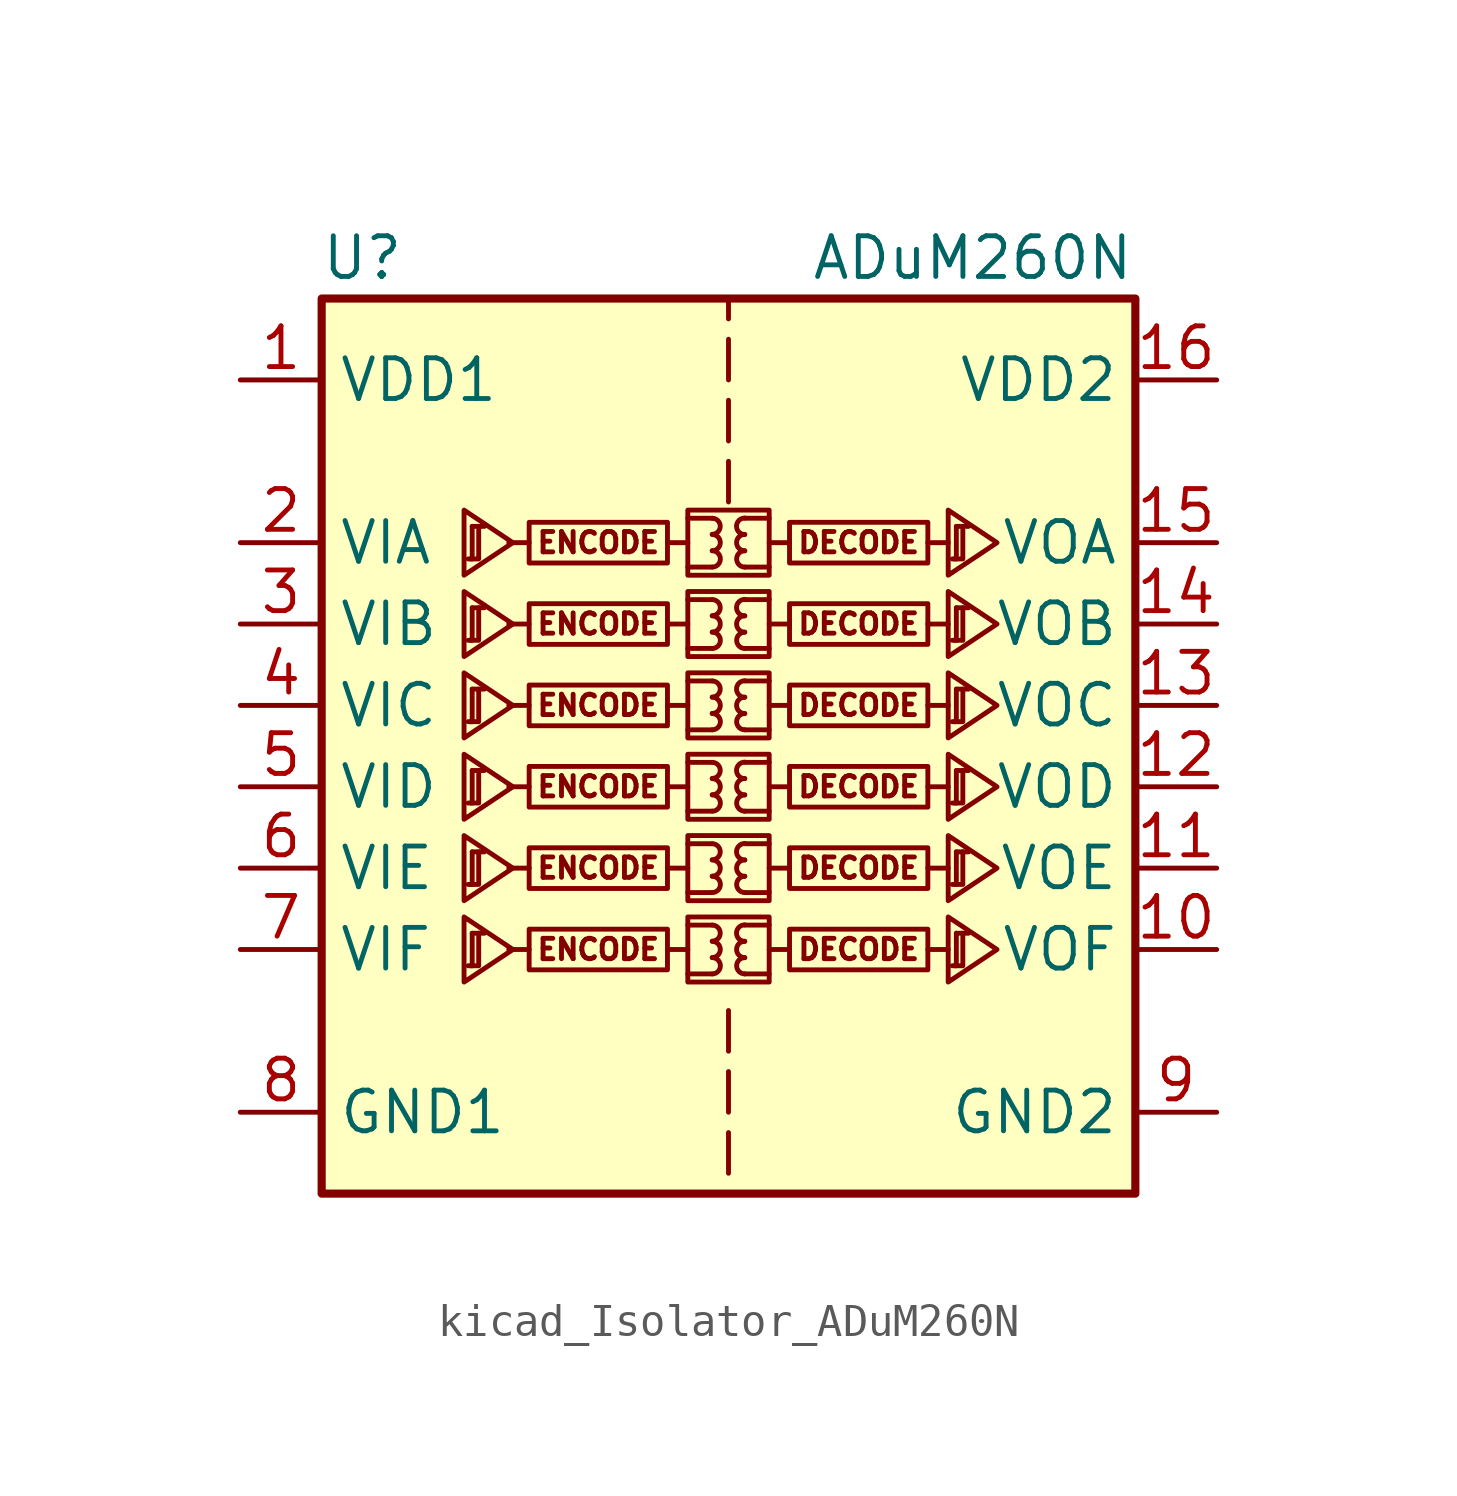
<source format=kicad_sym>
(kicad_symbol_lib
  (version 20220914)
  (generator kicad_symbol_editor)
  (symbol "kicad_Isolator_ADuM260N"
    (property "Reference" "U"
      (at -11.43 16.51 0)
      (effects (font (size 1.27 1.27))))
    (property "Value" "ADuM260N"
      (at 7.62 16.51 0)
      (effects (font (size 1.27 1.27))))
    (symbol "kicad_Isolator_ADuM260N_0_1"
      (polyline (pts (xy -8.001 8.128) (xy -7.62 8.128)) (stroke (width 0) (type default)) (fill (type none)))
      (polyline (pts (xy -8.052 7.112) (xy -7.798 7.112) (xy -7.798 8.128)) (stroke (width 0) (type default)) (fill (type none)))
      (polyline (pts (xy -8.001 8.128) (xy -8.001 7.112) (xy -8.128 7.112)) (stroke (width 0) (type default)) (fill (type none)))
      (polyline (pts (xy -6.731 7.62) (xy -8.255 8.636) (xy -8.255 6.604) (xy -6.731 7.62)) (stroke (width 0) (type default)) (fill (type none))))
    (symbol "kicad_Isolator_ADuM260N_1_0"
      (rectangle (start -1.27 -4.064) (end 1.27 -6.096) (stroke (width 0) (type default)) (fill (type none)))
      (rectangle (start -1.27 -1.524) (end 1.27 -3.556) (stroke (width 0) (type default)) (fill (type none)))
      (rectangle (start -1.27 1.016) (end 1.27 -1.016) (stroke (width 0) (type default)) (fill (type none)))
      (rectangle (start -1.27 3.556) (end 1.27 1.524) (stroke (width 0) (type default)) (fill (type none)))
      (rectangle (start -1.27 6.096) (end 1.27 4.064) (stroke (width 0) (type default)) (fill (type none)))
      (rectangle (start -1.27 8.636) (end 1.27 6.604) (stroke (width 0) (type default)) (fill (type none)))
      (arc (start -0.508 -5.842) (mid -0.2551 -5.588) (end -0.508 -5.334) (stroke (width 0) (type default)) (fill (type none)))
      (arc (start -0.508 -5.334) (mid -0.2551 -5.08) (end -0.508 -4.826) (stroke (width 0) (type default)) (fill (type none)))
      (arc (start -0.508 -4.826) (mid -0.2551 -4.572) (end -0.508 -4.318) (stroke (width 0) (type default)) (fill (type none)))
      (arc (start -0.508 -3.302) (mid -0.2551 -3.048) (end -0.508 -2.794) (stroke (width 0) (type default)) (fill (type none)))
      (arc (start -0.508 -2.794) (mid -0.2551 -2.54) (end -0.508 -2.286) (stroke (width 0) (type default)) (fill (type none)))
      (arc (start -0.508 -2.286) (mid -0.2551 -2.032) (end -0.508 -1.778) (stroke (width 0) (type default)) (fill (type none)))
      (arc (start -0.508 -0.762) (mid -0.2551 -0.508) (end -0.508 -0.254) (stroke (width 0) (type default)) (fill (type none)))
      (arc (start -0.508 -0.254) (mid -0.2551 0) (end -0.508 0.254) (stroke (width 0) (type default)) (fill (type none)))
      (arc (start -0.508 0.254) (mid -0.2551 0.508) (end -0.508 0.762) (stroke (width 0) (type default)) (fill (type none)))
      (arc (start -0.508 1.778) (mid -0.2551 2.032) (end -0.508 2.286) (stroke (width 0) (type default)) (fill (type none)))
      (arc (start -0.508 2.286) (mid -0.2551 2.54) (end -0.508 2.794) (stroke (width 0) (type default)) (fill (type none)))
      (arc (start -0.508 2.794) (mid -0.2551 3.048) (end -0.508 3.302) (stroke (width 0) (type default)) (fill (type none)))
      (arc (start -0.508 4.318) (mid -0.2551 4.572) (end -0.508 4.826) (stroke (width 0) (type default)) (fill (type none)))
      (arc (start -0.508 4.826) (mid -0.2551 5.08) (end -0.508 5.334) (stroke (width 0) (type default)) (fill (type none)))
      (arc (start -0.508 5.334) (mid -0.2551 5.588) (end -0.508 5.842) (stroke (width 0) (type default)) (fill (type none)))
      (arc (start -0.508 6.858) (mid -0.2551 7.112) (end -0.508 7.366) (stroke (width 0) (type default)) (fill (type none)))
      (arc (start -0.508 7.366) (mid -0.2551 7.62) (end -0.508 7.874) (stroke (width 0) (type default)) (fill (type none)))
      (arc (start -0.508 7.874) (mid -0.2551 8.128) (end -0.508 8.382) (stroke (width 0) (type default)) (fill (type none)))
      (polyline (pts (xy -6.223 -5.08) (xy -6.858 -5.08)) (stroke (width 0) (type default)) (fill (type none)))
      (polyline (pts (xy -6.223 -2.54) (xy -6.858 -2.54)) (stroke (width 0) (type default)) (fill (type none)))
      (polyline (pts (xy -6.223 0) (xy -6.858 0)) (stroke (width 0) (type default)) (fill (type none)))
      (polyline (pts (xy -6.223 2.54) (xy -6.858 2.54)) (stroke (width 0) (type default)) (fill (type none)))
      (polyline (pts (xy -6.223 5.08) (xy -6.858 5.08)) (stroke (width 0) (type default)) (fill (type none)))
      (polyline (pts (xy -6.223 7.62) (xy -6.858 7.62)) (stroke (width 0) (type default)) (fill (type none)))
      (polyline (pts (xy -1.905 -5.08) (xy -1.27 -5.08)) (stroke (width 0) (type default)) (fill (type none)))
      (polyline (pts (xy -1.905 -2.54) (xy -1.27 -2.54)) (stroke (width 0) (type default)) (fill (type none)))
      (polyline (pts (xy -1.905 0) (xy -1.27 0)) (stroke (width 0) (type default)) (fill (type none)))
      (polyline (pts (xy -1.905 2.54) (xy -1.27 2.54)) (stroke (width 0) (type default)) (fill (type none)))
      (polyline (pts (xy -1.905 5.08) (xy -1.27 5.08)) (stroke (width 0) (type default)) (fill (type none)))
      (polyline (pts (xy -1.905 7.62) (xy -1.27 7.62)) (stroke (width 0) (type default)) (fill (type none)))
      (polyline (pts (xy -1.27 -5.842) (xy -0.508 -5.842)) (stroke (width 0) (type default)) (fill (type none)))
      (polyline (pts (xy -1.27 -4.318) (xy -0.508 -4.318)) (stroke (width 0) (type default)) (fill (type none)))
      (polyline (pts (xy -1.27 -3.302) (xy -0.508 -3.302)) (stroke (width 0) (type default)) (fill (type none)))
      (polyline (pts (xy -1.27 -1.778) (xy -0.508 -1.778)) (stroke (width 0) (type default)) (fill (type none)))
      (polyline (pts (xy -1.27 -0.762) (xy -0.508 -0.762)) (stroke (width 0) (type default)) (fill (type none)))
      (polyline (pts (xy -1.27 0.762) (xy -0.508 0.762)) (stroke (width 0) (type default)) (fill (type none)))
      (polyline (pts (xy -1.27 1.778) (xy -0.508 1.778)) (stroke (width 0) (type default)) (fill (type none)))
      (polyline (pts (xy -1.27 3.302) (xy -0.508 3.302)) (stroke (width 0) (type default)) (fill (type none)))
      (polyline (pts (xy -1.27 4.318) (xy -0.508 4.318)) (stroke (width 0) (type default)) (fill (type none)))
      (polyline (pts (xy -1.27 5.842) (xy -0.508 5.842)) (stroke (width 0) (type default)) (fill (type none)))
      (polyline (pts (xy -1.27 6.858) (xy -0.508 6.858)) (stroke (width 0) (type default)) (fill (type none)))
      (polyline (pts (xy -1.27 8.382) (xy -0.508 8.382)) (stroke (width 0) (type default)) (fill (type none)))
      (polyline (pts (xy 0 -10.795) (xy 0 -12.065)) (stroke (width 0) (type default)) (fill (type none)))
      (polyline (pts (xy 0 -8.89) (xy 0 -10.16)) (stroke (width 0) (type default)) (fill (type none)))
      (polyline (pts (xy 0 -6.985) (xy 0 -8.255)) (stroke (width 0) (type default)) (fill (type none)))
      (polyline (pts (xy 0 8.89) (xy 0 10.16)) (stroke (width 0) (type default)) (fill (type none)))
      (polyline (pts (xy 0 12.065) (xy 0 10.795)) (stroke (width 0) (type default)) (fill (type none)))
      (polyline (pts (xy 0 13.97) (xy 0 12.7)) (stroke (width 0) (type default)) (fill (type none)))
      (polyline (pts (xy 0 14.605) (xy 0 15.24)) (stroke (width 0) (type default)) (fill (type none)))
      (polyline (pts (xy 1.27 -5.842) (xy 0.508 -5.842)) (stroke (width 0) (type default)) (fill (type none)))
      (polyline (pts (xy 1.27 -4.318) (xy 0.508 -4.318)) (stroke (width 0) (type default)) (fill (type none)))
      (polyline (pts (xy 1.27 -3.302) (xy 0.508 -3.302)) (stroke (width 0) (type default)) (fill (type none)))
      (polyline (pts (xy 1.27 -1.778) (xy 0.508 -1.778)) (stroke (width 0) (type default)) (fill (type none)))
      (polyline (pts (xy 1.27 -0.762) (xy 0.508 -0.762)) (stroke (width 0) (type default)) (fill (type none)))
      (polyline (pts (xy 1.27 0.762) (xy 0.508 0.762)) (stroke (width 0) (type default)) (fill (type none)))
      (polyline (pts (xy 1.27 1.778) (xy 0.508 1.778)) (stroke (width 0) (type default)) (fill (type none)))
      (polyline (pts (xy 1.27 3.302) (xy 0.508 3.302)) (stroke (width 0) (type default)) (fill (type none)))
      (polyline (pts (xy 1.27 4.318) (xy 0.508 4.318)) (stroke (width 0) (type default)) (fill (type none)))
      (polyline (pts (xy 1.27 5.842) (xy 0.508 5.842)) (stroke (width 0) (type default)) (fill (type none)))
      (polyline (pts (xy 1.27 6.858) (xy 0.508 6.858)) (stroke (width 0) (type default)) (fill (type none)))
      (polyline (pts (xy 1.27 8.382) (xy 0.508 8.382)) (stroke (width 0) (type default)) (fill (type none)))
      (polyline (pts (xy 1.905 -5.08) (xy 1.27 -5.08)) (stroke (width 0) (type default)) (fill (type none)))
      (polyline (pts (xy 1.905 -2.54) (xy 1.27 -2.54)) (stroke (width 0) (type default)) (fill (type none)))
      (polyline (pts (xy 1.905 0) (xy 1.27 0)) (stroke (width 0) (type default)) (fill (type none)))
      (polyline (pts (xy 1.905 2.54) (xy 1.27 2.54)) (stroke (width 0) (type default)) (fill (type none)))
      (polyline (pts (xy 1.905 5.08) (xy 1.27 5.08)) (stroke (width 0) (type default)) (fill (type none)))
      (polyline (pts (xy 1.905 7.62) (xy 1.27 7.62)) (stroke (width 0) (type default)) (fill (type none)))
      (polyline (pts (xy 6.223 -5.08) (xy 6.858 -5.08)) (stroke (width 0) (type default)) (fill (type none)))
      (polyline (pts (xy 6.223 -2.54) (xy 6.858 -2.54)) (stroke (width 0) (type default)) (fill (type none)))
      (polyline (pts (xy 6.223 0) (xy 6.858 0)) (stroke (width 0) (type default)) (fill (type none)))
      (polyline (pts (xy 6.223 2.54) (xy 6.858 2.54)) (stroke (width 0) (type default)) (fill (type none)))
      (polyline (pts (xy 6.223 5.08) (xy 6.858 5.08)) (stroke (width 0) (type default)) (fill (type none)))
      (polyline (pts (xy 6.223 7.62) (xy 6.858 7.62)) (stroke (width 0) (type default)) (fill (type none)))
      (arc (start 0.508 -5.334) (mid 0.2551 -5.588) (end 0.508 -5.842) (stroke (width 0) (type default)) (fill (type none)))
      (arc (start 0.508 -4.826) (mid 0.2551 -5.08) (end 0.508 -5.334) (stroke (width 0) (type default)) (fill (type none)))
      (arc (start 0.508 -4.318) (mid 0.2551 -4.572) (end 0.508 -4.826) (stroke (width 0) (type default)) (fill (type none)))
      (arc (start 0.508 -2.794) (mid 0.2551 -3.048) (end 0.508 -3.302) (stroke (width 0) (type default)) (fill (type none)))
      (arc (start 0.508 -2.286) (mid 0.2551 -2.54) (end 0.508 -2.794) (stroke (width 0) (type default)) (fill (type none)))
      (arc (start 0.508 -1.778) (mid 0.2551 -2.032) (end 0.508 -2.286) (stroke (width 0) (type default)) (fill (type none)))
      (arc (start 0.508 -0.254) (mid 0.2551 -0.508) (end 0.508 -0.762) (stroke (width 0) (type default)) (fill (type none)))
      (arc (start 0.508 0.254) (mid 0.2551 0) (end 0.508 -0.254) (stroke (width 0) (type default)) (fill (type none)))
      (arc (start 0.508 0.762) (mid 0.2551 0.508) (end 0.508 0.254) (stroke (width 0) (type default)) (fill (type none)))
      (arc (start 0.508 2.286) (mid 0.2551 2.032) (end 0.508 1.778) (stroke (width 0) (type default)) (fill (type none)))
      (arc (start 0.508 2.794) (mid 0.2551 2.54) (end 0.508 2.286) (stroke (width 0) (type default)) (fill (type none)))
      (arc (start 0.508 3.302) (mid 0.2551 3.048) (end 0.508 2.794) (stroke (width 0) (type default)) (fill (type none)))
      (arc (start 0.508 4.826) (mid 0.2551 4.572) (end 0.508 4.318) (stroke (width 0) (type default)) (fill (type none)))
      (arc (start 0.508 5.334) (mid 0.2551 5.08) (end 0.508 4.826) (stroke (width 0) (type default)) (fill (type none)))
      (arc (start 0.508 5.842) (mid 0.2551 5.588) (end 0.508 5.334) (stroke (width 0) (type default)) (fill (type none)))
      (arc (start 0.508 7.366) (mid 0.2551 7.112) (end 0.508 6.858) (stroke (width 0) (type default)) (fill (type none)))
      (arc (start 0.508 7.874) (mid 0.2551 7.62) (end 0.508 7.366) (stroke (width 0) (type default)) (fill (type none)))
      (arc (start 0.508 8.382) (mid 0.2551 8.128) (end 0.508 7.874) (stroke (width 0) (type default)) (fill (type none)))
      (rectangle (start 1.905 -4.445) (end 6.223 -5.715) (stroke (width 0) (type default)) (fill (type none)))
      (rectangle (start 1.905 -1.905) (end 6.223 -3.175) (stroke (width 0) (type default)) (fill (type none)))
      (rectangle (start 1.905 0.635) (end 6.223 -0.635) (stroke (width 0) (type default)) (fill (type none)))
      (rectangle (start 1.905 3.175) (end 6.223 1.905) (stroke (width 0) (type default)) (fill (type none)))
      (rectangle (start 1.905 5.715) (end 6.223 4.445) (stroke (width 0) (type default)) (fill (type none)))
      (rectangle (start 1.905 8.255) (end 6.223 6.985) (stroke (width 0) (type default)) (fill (type none)))
      (text "DECODE" (at 4.064 -5.08 0) (effects (font (size 0.635 0.635))))
      (text "DECODE" (at 4.064 -2.54 0) (effects (font (size 0.635 0.635))))
      (text "DECODE" (at 4.064 0 0) (effects (font (size 0.635 0.635))))
      (text "DECODE" (at 4.064 2.54 0) (effects (font (size 0.635 0.635))))
      (text "DECODE" (at 4.064 5.08 0) (effects (font (size 0.635 0.635))))
      (text "DECODE" (at 4.064 7.62 0) (effects (font (size 0.635 0.635))))
      (text "ENCODE" (at -4.064 -5.08 0) (effects (font (size 0.635 0.635))))
      (text "ENCODE" (at -4.064 -2.54 0) (effects (font (size 0.635 0.635))))
      (text "ENCODE" (at -4.064 0 0) (effects (font (size 0.635 0.635))))
      (text "ENCODE" (at -4.064 2.54 0) (effects (font (size 0.635 0.635))))
      (text "ENCODE" (at -4.064 5.08 0) (effects (font (size 0.635 0.635))))
      (text "ENCODE" (at -4.064 7.62 0) (effects (font (size 0.635 0.635)))))
    (symbol "kicad_Isolator_ADuM260N_1_1"
      (rectangle (start -12.7 15.24) (end 12.7 -12.7) (stroke (width 0.254) (type default)) (fill (type background)))
      (rectangle (start -1.905 -4.445) (end -6.223 -5.715) (stroke (width 0) (type default)) (fill (type none)))
      (rectangle (start -1.905 -1.905) (end -6.223 -3.175) (stroke (width 0) (type default)) (fill (type none)))
      (rectangle (start -1.905 0.635) (end -6.223 -0.635) (stroke (width 0) (type default)) (fill (type none)))
      (rectangle (start -1.905 3.175) (end -6.223 1.905) (stroke (width 0) (type default)) (fill (type none)))
      (rectangle (start -1.905 5.715) (end -6.223 4.445) (stroke (width 0) (type default)) (fill (type none)))
      (rectangle (start -1.905 8.255) (end -6.223 6.985) (stroke (width 0) (type default)) (fill (type none)))
      (polyline (pts (xy -8.001 -4.572) (xy -7.62 -4.572)) (stroke (width 0) (type default)) (fill (type none)))
      (polyline (pts (xy -8.001 -2.032) (xy -7.62 -2.032)) (stroke (width 0) (type default)) (fill (type none)))
      (polyline (pts (xy -8.001 0.508) (xy -7.62 0.508)) (stroke (width 0) (type default)) (fill (type none)))
      (polyline (pts (xy -8.001 3.048) (xy -7.62 3.048)) (stroke (width 0) (type default)) (fill (type none)))
      (polyline (pts (xy -8.001 5.588) (xy -7.62 5.588)) (stroke (width 0) (type default)) (fill (type none)))
      (polyline (pts (xy 7.112 -4.572) (xy 7.493 -4.572)) (stroke (width 0) (type default)) (fill (type none)))
      (polyline (pts (xy 7.112 -2.032) (xy 7.493 -2.032)) (stroke (width 0) (type default)) (fill (type none)))
      (polyline (pts (xy 7.112 0.508) (xy 7.493 0.508)) (stroke (width 0) (type default)) (fill (type none)))
      (polyline (pts (xy 7.112 3.048) (xy 7.493 3.048)) (stroke (width 0) (type default)) (fill (type none)))
      (polyline (pts (xy 7.112 5.588) (xy 7.493 5.588)) (stroke (width 0) (type default)) (fill (type none)))
      (polyline (pts (xy 7.112 8.128) (xy 7.493 8.128)) (stroke (width 0) (type default)) (fill (type none)))
      (polyline (pts (xy -8.052 -5.588) (xy -7.798 -5.588) (xy -7.798 -4.572)) (stroke (width 0) (type default)) (fill (type none)))
      (polyline (pts (xy -8.052 -3.048) (xy -7.798 -3.048) (xy -7.798 -2.032)) (stroke (width 0) (type default)) (fill (type none)))
      (polyline (pts (xy -8.052 -0.508) (xy -7.798 -0.508) (xy -7.798 0.508)) (stroke (width 0) (type default)) (fill (type none)))
      (polyline (pts (xy -8.052 2.032) (xy -7.798 2.032) (xy -7.798 3.048)) (stroke (width 0) (type default)) (fill (type none)))
      (polyline (pts (xy -8.052 4.572) (xy -7.798 4.572) (xy -7.798 5.588)) (stroke (width 0) (type default)) (fill (type none)))
      (polyline (pts (xy -8.001 -4.572) (xy -8.001 -5.588) (xy -8.128 -5.588)) (stroke (width 0) (type default)) (fill (type none)))
      (polyline (pts (xy -8.001 -2.032) (xy -8.001 -3.048) (xy -8.128 -3.048)) (stroke (width 0) (type default)) (fill (type none)))
      (polyline (pts (xy -8.001 0.508) (xy -8.001 -0.508) (xy -8.128 -0.508)) (stroke (width 0) (type default)) (fill (type none)))
      (polyline (pts (xy -8.001 3.048) (xy -8.001 2.032) (xy -8.128 2.032)) (stroke (width 0) (type default)) (fill (type none)))
      (polyline (pts (xy -8.001 5.588) (xy -8.001 4.572) (xy -8.128 4.572)) (stroke (width 0) (type default)) (fill (type none)))
      (polyline (pts (xy 7.061 -5.588) (xy 7.315 -5.588) (xy 7.315 -4.572)) (stroke (width 0) (type default)) (fill (type none)))
      (polyline (pts (xy 7.061 -3.048) (xy 7.315 -3.048) (xy 7.315 -2.032)) (stroke (width 0) (type default)) (fill (type none)))
      (polyline (pts (xy 7.061 -0.508) (xy 7.315 -0.508) (xy 7.315 0.508)) (stroke (width 0) (type default)) (fill (type none)))
      (polyline (pts (xy 7.061 2.032) (xy 7.315 2.032) (xy 7.315 3.048)) (stroke (width 0) (type default)) (fill (type none)))
      (polyline (pts (xy 7.061 4.572) (xy 7.315 4.572) (xy 7.315 5.588)) (stroke (width 0) (type default)) (fill (type none)))
      (polyline (pts (xy 7.061 7.112) (xy 7.315 7.112) (xy 7.315 8.128)) (stroke (width 0) (type default)) (fill (type none)))
      (polyline (pts (xy 7.112 -4.572) (xy 7.112 -5.588) (xy 6.985 -5.588)) (stroke (width 0) (type default)) (fill (type none)))
      (polyline (pts (xy 7.112 -2.032) (xy 7.112 -3.048) (xy 6.985 -3.048)) (stroke (width 0) (type default)) (fill (type none)))
      (polyline (pts (xy 7.112 0.508) (xy 7.112 -0.508) (xy 6.985 -0.508)) (stroke (width 0) (type default)) (fill (type none)))
      (polyline (pts (xy 7.112 3.048) (xy 7.112 2.032) (xy 6.985 2.032)) (stroke (width 0) (type default)) (fill (type none)))
      (polyline (pts (xy 7.112 5.588) (xy 7.112 4.572) (xy 6.985 4.572)) (stroke (width 0) (type default)) (fill (type none)))
      (polyline (pts (xy 7.112 8.128) (xy 7.112 7.112) (xy 6.985 7.112)) (stroke (width 0) (type default)) (fill (type none)))
      (polyline (pts (xy -6.731 -5.08) (xy -8.255 -4.064) (xy -8.255 -6.096) (xy -6.731 -5.08)) (stroke (width 0) (type default)) (fill (type none)))
      (polyline (pts (xy -6.731 -2.54) (xy -8.255 -1.524) (xy -8.255 -3.556) (xy -6.731 -2.54)) (stroke (width 0) (type default)) (fill (type none)))
      (polyline (pts (xy -6.731 0) (xy -8.255 1.016) (xy -8.255 -1.016) (xy -6.731 0)) (stroke (width 0) (type default)) (fill (type none)))
      (polyline (pts (xy -6.731 2.54) (xy -8.255 3.556) (xy -8.255 1.524) (xy -6.731 2.54)) (stroke (width 0) (type default)) (fill (type none)))
      (polyline (pts (xy -6.731 5.08) (xy -8.255 6.096) (xy -8.255 4.064) (xy -6.731 5.08)) (stroke (width 0) (type default)) (fill (type none)))
      (polyline (pts (xy 8.382 -5.08) (xy 6.858 -4.064) (xy 6.858 -6.096) (xy 8.382 -5.08)) (stroke (width 0) (type default)) (fill (type none)))
      (polyline (pts (xy 8.382 -2.54) (xy 6.858 -1.524) (xy 6.858 -3.556) (xy 8.382 -2.54)) (stroke (width 0) (type default)) (fill (type none)))
      (polyline (pts (xy 8.382 0) (xy 6.858 1.016) (xy 6.858 -1.016) (xy 8.382 0)) (stroke (width 0) (type default)) (fill (type none)))
      (polyline (pts (xy 8.382 2.54) (xy 6.858 3.556) (xy 6.858 1.524) (xy 8.382 2.54)) (stroke (width 0) (type default)) (fill (type none)))
      (polyline (pts (xy 8.382 5.08) (xy 6.858 6.096) (xy 6.858 4.064) (xy 8.382 5.08)) (stroke (width 0) (type default)) (fill (type none)))
      (polyline (pts (xy 8.382 7.62) (xy 6.858 8.636) (xy 6.858 6.604) (xy 8.382 7.62)) (stroke (width 0) (type default)) (fill (type none)))
      (pin power_in line (at -15.24 12.7 0) (length 2.54) (name "VDD1" (effects (font (size 1.27 1.27)))) (number "1" (effects (font (size 1.27 1.27)))))
      (pin output line (at 15.24 -5.08 180) (length 2.54) (name "VOF" (effects (font (size 1.27 1.27)))) (number "10" (effects (font (size 1.27 1.27)))))
      (pin output line (at 15.24 -2.54 180) (length 2.54) (name "VOE" (effects (font (size 1.27 1.27)))) (number "11" (effects (font (size 1.27 1.27)))))
      (pin output line (at 15.24 0 180) (length 2.54) (name "VOD" (effects (font (size 1.27 1.27)))) (number "12" (effects (font (size 1.27 1.27)))))
      (pin output line (at 15.24 2.54 180) (length 2.54) (name "VOC" (effects (font (size 1.27 1.27)))) (number "13" (effects (font (size 1.27 1.27)))))
      (pin output line (at 15.24 5.08 180) (length 2.54) (name "VOB" (effects (font (size 1.27 1.27)))) (number "14" (effects (font (size 1.27 1.27)))))
      (pin output line (at 15.24 7.62 180) (length 2.54) (name "VOA" (effects (font (size 1.27 1.27)))) (number "15" (effects (font (size 1.27 1.27)))))
      (pin power_in line (at 15.24 12.7 180) (length 2.54) (name "VDD2" (effects (font (size 1.27 1.27)))) (number "16" (effects (font (size 1.27 1.27)))))
      (pin input line (at -15.24 7.62 0) (length 2.54) (name "VIA" (effects (font (size 1.27 1.27)))) (number "2" (effects (font (size 1.27 1.27)))))
      (pin input line (at -15.24 5.08 0) (length 2.54) (name "VIB" (effects (font (size 1.27 1.27)))) (number "3" (effects (font (size 1.27 1.27)))))
      (pin input line (at -15.24 2.54 0) (length 2.54) (name "VIC" (effects (font (size 1.27 1.27)))) (number "4" (effects (font (size 1.27 1.27)))))
      (pin input line (at -15.24 0 0) (length 2.54) (name "VID" (effects (font (size 1.27 1.27)))) (number "5" (effects (font (size 1.27 1.27)))))
      (pin input line (at -15.24 -2.54 0) (length 2.54) (name "VIE" (effects (font (size 1.27 1.27)))) (number "6" (effects (font (size 1.27 1.27)))))
      (pin input line (at -15.24 -5.08 0) (length 2.54) (name "VIF" (effects (font (size 1.27 1.27)))) (number "7" (effects (font (size 1.27 1.27)))))
      (pin power_in line (at -15.24 -10.16 0) (length 2.54) (name "GND1" (effects (font (size 1.27 1.27)))) (number "8" (effects (font (size 1.27 1.27)))))
      (pin power_in line (at 15.24 -10.16 180) (length 2.54) (name "GND2" (effects (font (size 1.27 1.27)))) (number "9" (effects (font (size 1.27 1.27))))))))
</source>
